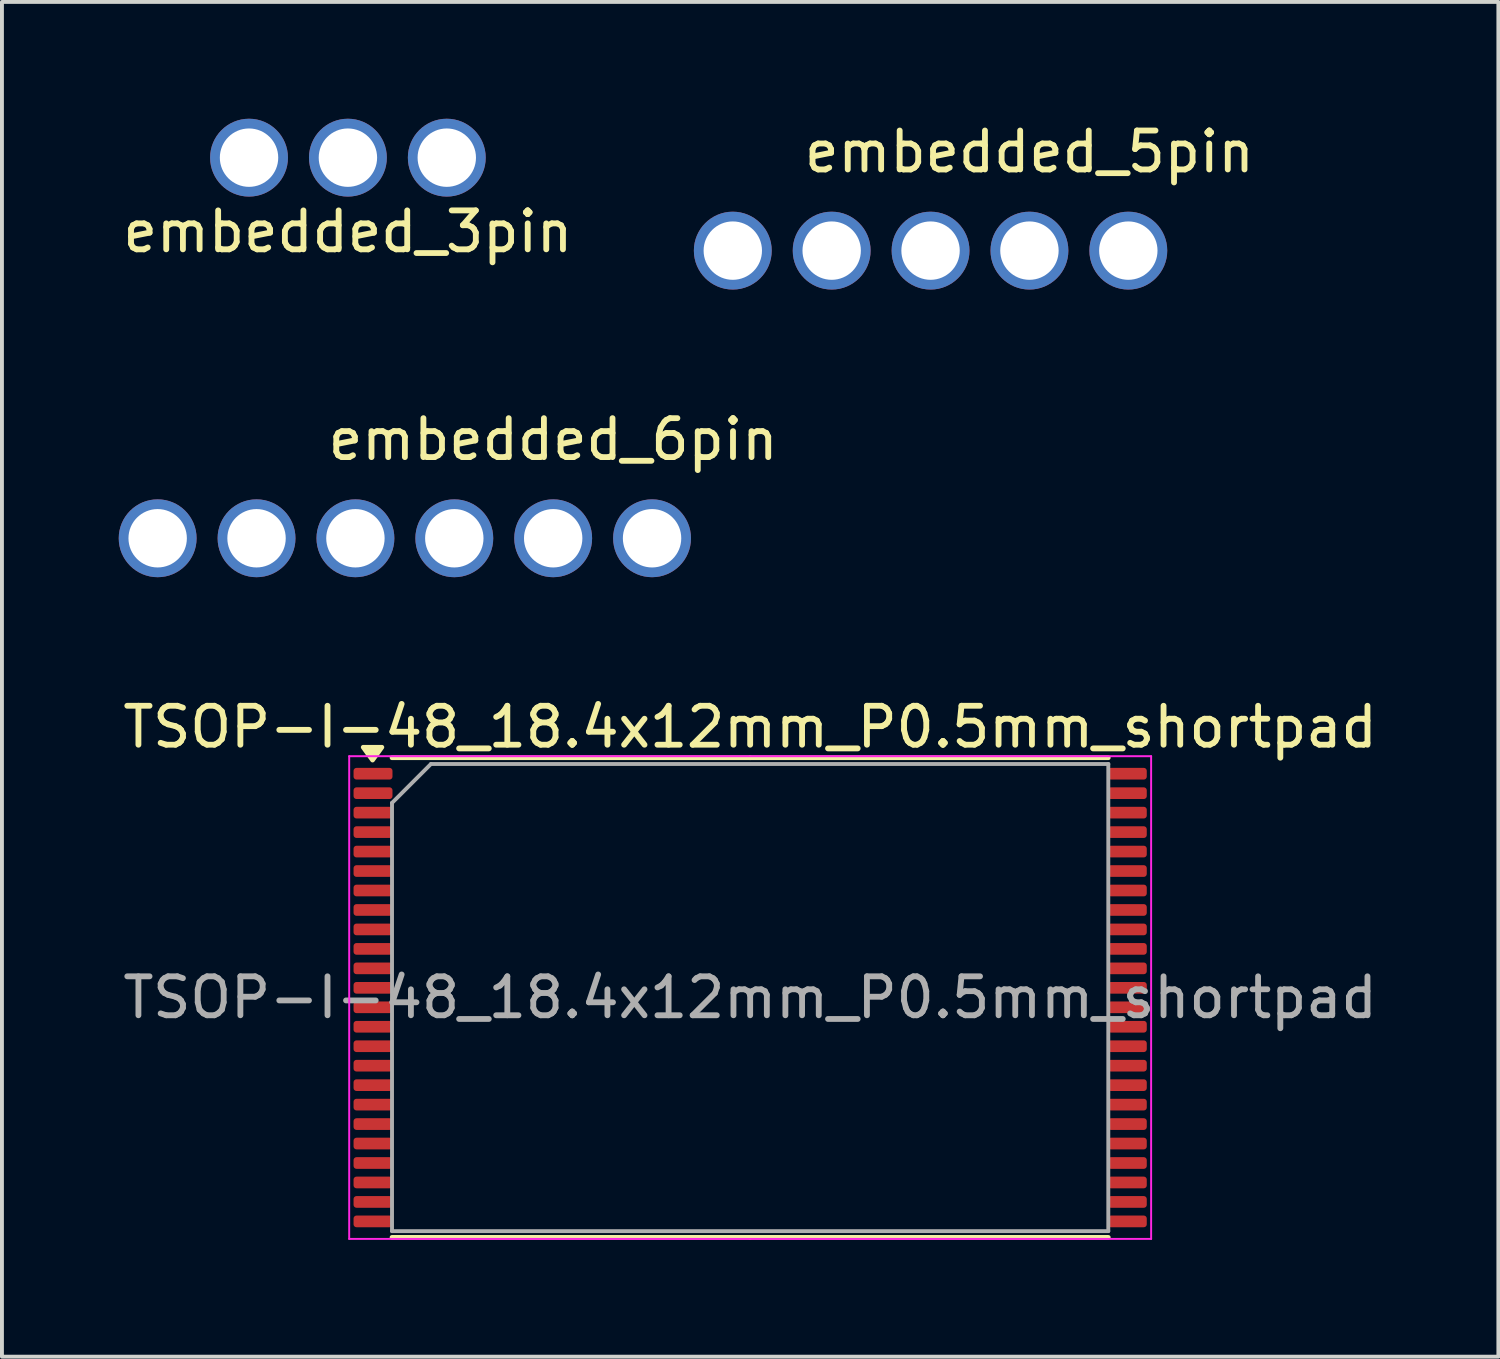
<source format=kicad_pcb>
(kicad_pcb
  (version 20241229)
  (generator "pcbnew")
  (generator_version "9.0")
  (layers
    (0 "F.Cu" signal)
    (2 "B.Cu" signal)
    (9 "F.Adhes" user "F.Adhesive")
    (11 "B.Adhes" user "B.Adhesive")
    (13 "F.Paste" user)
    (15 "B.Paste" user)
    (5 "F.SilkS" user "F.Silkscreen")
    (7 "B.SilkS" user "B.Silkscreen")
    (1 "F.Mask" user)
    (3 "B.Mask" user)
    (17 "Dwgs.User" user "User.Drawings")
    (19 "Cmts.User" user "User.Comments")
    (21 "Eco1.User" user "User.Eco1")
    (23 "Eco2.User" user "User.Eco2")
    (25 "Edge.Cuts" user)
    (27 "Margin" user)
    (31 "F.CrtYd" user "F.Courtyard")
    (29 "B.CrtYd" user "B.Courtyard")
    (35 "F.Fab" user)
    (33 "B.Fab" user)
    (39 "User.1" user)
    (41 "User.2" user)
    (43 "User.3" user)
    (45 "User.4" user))
  (footprint "TSOP-I-48_18.4x12mm_P0.5mm_shortpad"
    (layer "F.Cu")
    (at 16.22 22.575)
    (property "Reference" "TSOP-I-48_18.4x12mm_P0.5mm_shortpad" (at 0 -6.95 0) (layer "F.SilkS") (effects (font (size 1 1) (thickness 0.15))))
    (attr smd)
    (fp_line (start 0 -6.16) (end -9.2 -6.16) (stroke (width 0.12) (type solid)) (layer "F.SilkS"))
    (fp_line (start 0 -6.16) (end 9.2 -6.16) (stroke (width 0.12) (type solid)) (layer "F.SilkS"))
    (fp_line (start 0 6.16) (end -9.2 6.16) (stroke (width 0.12) (type solid)) (layer "F.SilkS"))
    (fp_line (start 0 6.16) (end 9.2 6.16) (stroke (width 0.12) (type solid)) (layer "F.SilkS"))
    (fp_poly (pts (xy -9.7 -6.1) (xy -9.46 -6.43) (xy -9.94 -6.43) (xy -9.7 -6.1)) (stroke (width 0.12) (type solid)) (fill yes) (layer "F.SilkS"))
    (fp_line (start -10.3 -6.2) (end -10.3 6.2) (stroke (width 0.05) (type solid)) (layer "F.CrtYd"))
    (fp_line (start -10.3 6.2) (end 10.3 6.2) (stroke (width 0.05) (type solid)) (layer "F.CrtYd"))
    (fp_line (start 10.3 -6.2) (end -10.3 -6.2) (stroke (width 0.05) (type solid)) (layer "F.CrtYd"))
    (fp_line (start 10.3 6.2) (end 10.3 -6.2) (stroke (width 0.05) (type solid)) (layer "F.CrtYd"))
    (fp_line (start -9.2 -5) (end -8.2 -6) (stroke (width 0.1) (type solid)) (layer "F.Fab"))
    (fp_line (start -9.2 6) (end -9.2 -5) (stroke (width 0.1) (type solid)) (layer "F.Fab"))
    (fp_line (start -8.2 -6) (end 9.2 -6) (stroke (width 0.1) (type solid)) (layer "F.Fab"))
    (fp_line (start 9.2 -6) (end 9.2 6) (stroke (width 0.1) (type solid)) (layer "F.Fab"))
    (fp_line (start 9.2 6) (end -9.2 6) (stroke (width 0.1) (type solid)) (layer "F.Fab"))
    (fp_text user "${REFERENCE}" (at 0 0 0) (layer "F.Fab") (effects (font (size 1 1) (thickness 0.15))))
    (pad "1" smd roundrect (at -9.688 -5.75) (size 1 0.3) (layers "F.Cu" "F.Mask" "F.Paste") (roundrect_rratio 0.25))
    (pad "2" smd roundrect (at -9.688 -5.25) (size 1 0.3) (layers "F.Cu" "F.Mask" "F.Paste") (roundrect_rratio 0.25))
    (pad "3" smd roundrect (at -9.688 -4.75) (size 1 0.3) (layers "F.Cu" "F.Mask" "F.Paste") (roundrect_rratio 0.25))
    (pad "4" smd roundrect (at -9.688 -4.25) (size 1 0.3) (layers "F.Cu" "F.Mask" "F.Paste") (roundrect_rratio 0.25))
    (pad "5" smd roundrect (at -9.688 -3.75) (size 1 0.3) (layers "F.Cu" "F.Mask" "F.Paste") (roundrect_rratio 0.25))
    (pad "6" smd roundrect (at -9.688 -3.25) (size 1 0.3) (layers "F.Cu" "F.Mask" "F.Paste") (roundrect_rratio 0.25))
    (pad "7" smd roundrect (at -9.688 -2.75) (size 1 0.3) (layers "F.Cu" "F.Mask" "F.Paste") (roundrect_rratio 0.25))
    (pad "8" smd roundrect (at -9.688 -2.25) (size 1 0.3) (layers "F.Cu" "F.Mask" "F.Paste") (roundrect_rratio 0.25))
    (pad "9" smd roundrect (at -9.688 -1.75) (size 1 0.3) (layers "F.Cu" "F.Mask" "F.Paste") (roundrect_rratio 0.25))
    (pad "10" smd roundrect (at -9.688 -1.25) (size 1 0.3) (layers "F.Cu" "F.Mask" "F.Paste") (roundrect_rratio 0.25))
    (pad "11" smd roundrect (at -9.688 -0.75) (size 1 0.3) (layers "F.Cu" "F.Mask" "F.Paste") (roundrect_rratio 0.25))
    (pad "12" smd roundrect (at -9.688 -0.25) (size 1 0.3) (layers "F.Cu" "F.Mask" "F.Paste") (roundrect_rratio 0.25))
    (pad "13" smd roundrect (at -9.688 0.25) (size 1 0.3) (layers "F.Cu" "F.Mask" "F.Paste") (roundrect_rratio 0.25))
    (pad "14" smd roundrect (at -9.688 0.75) (size 1 0.3) (layers "F.Cu" "F.Mask" "F.Paste") (roundrect_rratio 0.25))
    (pad "15" smd roundrect (at -9.688 1.25) (size 1 0.3) (layers "F.Cu" "F.Mask" "F.Paste") (roundrect_rratio 0.25))
    (pad "16" smd roundrect (at -9.688 1.75) (size 1 0.3) (layers "F.Cu" "F.Mask" "F.Paste") (roundrect_rratio 0.25))
    (pad "17" smd roundrect (at -9.688 2.25) (size 1 0.3) (layers "F.Cu" "F.Mask" "F.Paste") (roundrect_rratio 0.25))
    (pad "18" smd roundrect (at -9.688 2.75) (size 1 0.3) (layers "F.Cu" "F.Mask" "F.Paste") (roundrect_rratio 0.25))
    (pad "19" smd roundrect (at -9.688 3.25) (size 1 0.3) (layers "F.Cu" "F.Mask" "F.Paste") (roundrect_rratio 0.25))
    (pad "20" smd roundrect (at -9.688 3.75) (size 1 0.3) (layers "F.Cu" "F.Mask" "F.Paste") (roundrect_rratio 0.25))
    (pad "21" smd roundrect (at -9.688 4.25) (size 1 0.3) (layers "F.Cu" "F.Mask" "F.Paste") (roundrect_rratio 0.25))
    (pad "22" smd roundrect (at -9.688 4.75) (size 1 0.3) (layers "F.Cu" "F.Mask" "F.Paste") (roundrect_rratio 0.25))
    (pad "23" smd roundrect (at -9.688 5.25) (size 1 0.3) (layers "F.Cu" "F.Mask" "F.Paste") (roundrect_rratio 0.25))
    (pad "24" smd roundrect (at -9.688 5.75) (size 1 0.3) (layers "F.Cu" "F.Mask" "F.Paste") (roundrect_rratio 0.25))
    (pad "25" smd roundrect (at 9.688 5.75) (size 1 0.3) (layers "F.Cu" "F.Mask" "F.Paste") (roundrect_rratio 0.25))
    (pad "26" smd roundrect (at 9.688 5.25) (size 1 0.3) (layers "F.Cu" "F.Mask" "F.Paste") (roundrect_rratio 0.25))
    (pad "27" smd roundrect (at 9.688 4.75) (size 1 0.3) (layers "F.Cu" "F.Mask" "F.Paste") (roundrect_rratio 0.25))
    (pad "28" smd roundrect (at 9.688 4.25) (size 1 0.3) (layers "F.Cu" "F.Mask" "F.Paste") (roundrect_rratio 0.25))
    (pad "29" smd roundrect (at 9.688 3.75) (size 1 0.3) (layers "F.Cu" "F.Mask" "F.Paste") (roundrect_rratio 0.25))
    (pad "30" smd roundrect (at 9.688 3.25) (size 1 0.3) (layers "F.Cu" "F.Mask" "F.Paste") (roundrect_rratio 0.25))
    (pad "31" smd roundrect (at 9.688 2.75) (size 1 0.3) (layers "F.Cu" "F.Mask" "F.Paste") (roundrect_rratio 0.25))
    (pad "32" smd roundrect (at 9.688 2.25) (size 1 0.3) (layers "F.Cu" "F.Mask" "F.Paste") (roundrect_rratio 0.25))
    (pad "33" smd roundrect (at 9.688 1.75) (size 1 0.3) (layers "F.Cu" "F.Mask" "F.Paste") (roundrect_rratio 0.25))
    (pad "34" smd roundrect (at 9.688 1.25) (size 1 0.3) (layers "F.Cu" "F.Mask" "F.Paste") (roundrect_rratio 0.25))
    (pad "35" smd roundrect (at 9.688 0.75) (size 1 0.3) (layers "F.Cu" "F.Mask" "F.Paste") (roundrect_rratio 0.25))
    (pad "36" smd roundrect (at 9.688 0.25) (size 1 0.3) (layers "F.Cu" "F.Mask" "F.Paste") (roundrect_rratio 0.25))
    (pad "37" smd roundrect (at 9.688 -0.25) (size 1 0.3) (layers "F.Cu" "F.Mask" "F.Paste") (roundrect_rratio 0.25))
    (pad "38" smd roundrect (at 9.688 -0.75) (size 1 0.3) (layers "F.Cu" "F.Mask" "F.Paste") (roundrect_rratio 0.25))
    (pad "39" smd roundrect (at 9.688 -1.25) (size 1 0.3) (layers "F.Cu" "F.Mask" "F.Paste") (roundrect_rratio 0.25))
    (pad "40" smd roundrect (at 9.688 -1.75) (size 1 0.3) (layers "F.Cu" "F.Mask" "F.Paste") (roundrect_rratio 0.25))
    (pad "41" smd roundrect (at 9.688 -2.25) (size 1 0.3) (layers "F.Cu" "F.Mask" "F.Paste") (roundrect_rratio 0.25))
    (pad "42" smd roundrect (at 9.688 -2.75) (size 1 0.3) (layers "F.Cu" "F.Mask" "F.Paste") (roundrect_rratio 0.25))
    (pad "43" smd roundrect (at 9.688 -3.25) (size 1 0.3) (layers "F.Cu" "F.Mask" "F.Paste") (roundrect_rratio 0.25))
    (pad "44" smd roundrect (at 9.688 -3.75) (size 1 0.3) (layers "F.Cu" "F.Mask" "F.Paste") (roundrect_rratio 0.25))
    (pad "45" smd roundrect (at 9.688 -4.25) (size 1 0.3) (layers "F.Cu" "F.Mask" "F.Paste") (roundrect_rratio 0.25))
    (pad "46" smd roundrect (at 9.688 -4.75) (size 1 0.3) (layers "F.Cu" "F.Mask" "F.Paste") (roundrect_rratio 0.25))
    (pad "47" smd roundrect (at 9.688 -5.25) (size 1 0.3) (layers "F.Cu" "F.Mask" "F.Paste") (roundrect_rratio 0.25))
    (pad "48" smd roundrect (at 9.688 -5.75) (size 1 0.3) (layers "F.Cu" "F.Mask" "F.Paste") (roundrect_rratio 0.25)))
  (footprint "embedded_3pin"
    (layer "F.Cu")
    (at 5.887 1)
    (property "Reference" "embedded_3pin" (at 0 1.9 180) (layer "F.SilkS") (effects (font (size 1 1) (thickness 0.15))))
    (attr through_hole)
    (pad "1" thru_hole circle (at -2.54 0) (size 2 2) (drill 1.5) (layers "*.Cu" "*.Mask"))
    (pad "2" thru_hole circle (at 0 0) (size 2 2) (drill 1.5) (layers "*.Cu" "*.Mask"))
    (pad "3" thru_hole circle (at 2.54 0) (size 2 2) (drill 1.5) (layers "*.Cu" "*.Mask")))
  (footprint "embedded_6pin"
    (layer "F.Cu")
    (at 8.62 10.777)
    (property "Reference" "embedded_6pin" (at 2.54 -2.54 180) (layer "F.SilkS") (effects (font (size 1 1) (thickness 0.15))))
    (attr through_hole)
    (pad "1" thru_hole circle (at -7.62 0) (size 2 2) (drill 1.5) (layers "*.Cu" "*.Mask"))
    (pad "2" thru_hole circle (at -5.08 0) (size 2 2) (drill 1.5) (layers "*.Cu" "*.Mask"))
    (pad "3" thru_hole circle (at -2.54 0) (size 2 2) (drill 1.5) (layers "*.Cu" "*.Mask"))
    (pad "4" thru_hole circle (at 0 0) (size 2 2) (drill 1.5) (layers "*.Cu" "*.Mask"))
    (pad "5" thru_hole circle (at 2.54 0) (size 2 2) (drill 1.5) (layers "*.Cu" "*.Mask"))
    (pad "6" thru_hole circle (at 5.08 0) (size 2 2) (drill 1.5) (layers "*.Cu" "*.Mask")))
  (footprint "embedded_5pin"
    (layer "F.Cu")
    (at 20.854 3.388)
    (property "Reference" "embedded_5pin" (at 2.54 -2.54 180) (layer "F.SilkS") (effects (font (size 1 1) (thickness 0.15))))
    (attr through_hole)
    (pad "1" thru_hole circle (at -5.08 0) (size 2 2) (drill 1.5) (layers "*.Cu" "*.Mask"))
    (pad "2" thru_hole circle (at -2.54 0) (size 2 2) (drill 1.5) (layers "*.Cu" "*.Mask"))
    (pad "3" thru_hole circle (at 0 0) (size 2 2) (drill 1.5) (layers "*.Cu" "*.Mask"))
    (pad "4" thru_hole circle (at 2.54 0) (size 2 2) (drill 1.5) (layers "*.Cu" "*.Mask"))
    (pad "5" thru_hole circle (at 5.08 0) (size 2 2) (drill 1.5) (layers "*.Cu" "*.Mask")))
  (gr_rect
    (start -3 -3)
    (end 35.44 31.8)
    (stroke (width 0.1) (type default))
    (fill no)
    (layer "Edge.Cuts")))
</source>
